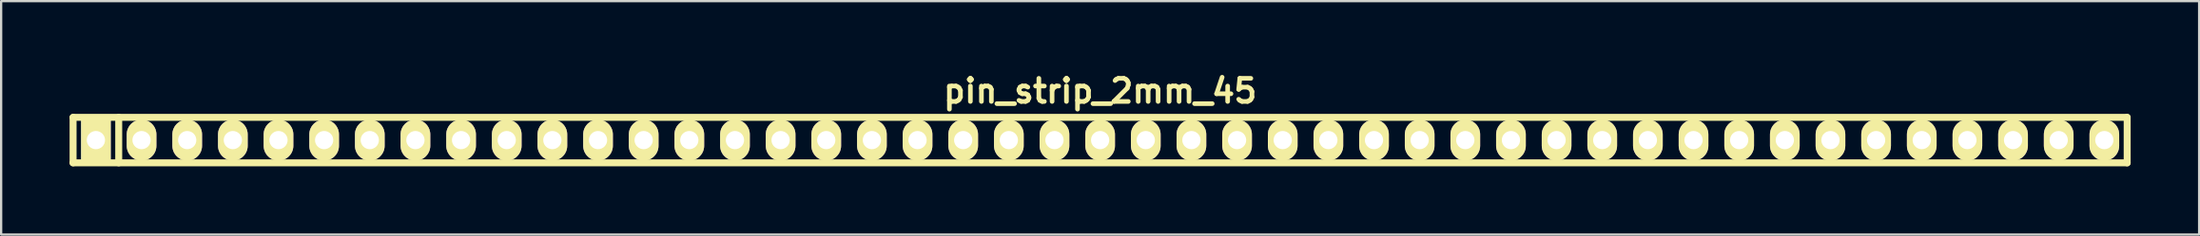
<source format=kicad_pcb>
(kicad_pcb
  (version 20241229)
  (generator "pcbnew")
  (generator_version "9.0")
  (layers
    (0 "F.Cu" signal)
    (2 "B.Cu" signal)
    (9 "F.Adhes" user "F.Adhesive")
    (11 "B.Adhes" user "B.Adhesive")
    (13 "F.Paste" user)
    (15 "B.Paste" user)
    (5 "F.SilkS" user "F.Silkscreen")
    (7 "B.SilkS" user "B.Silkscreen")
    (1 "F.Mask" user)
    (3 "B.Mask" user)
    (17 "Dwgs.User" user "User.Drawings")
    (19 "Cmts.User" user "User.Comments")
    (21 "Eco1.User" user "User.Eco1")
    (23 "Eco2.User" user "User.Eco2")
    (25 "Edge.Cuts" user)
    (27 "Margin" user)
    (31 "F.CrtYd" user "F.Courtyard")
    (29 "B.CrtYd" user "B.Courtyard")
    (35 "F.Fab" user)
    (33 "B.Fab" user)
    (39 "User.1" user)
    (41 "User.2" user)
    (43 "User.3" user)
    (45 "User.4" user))
  (footprint "pin_strip_2mm_45"
    (layer "F.Cu")
    (at 45.152 3.11)
    (property "Reference" "pin_strip_2mm_45" (at 0 -2.159 0) (layer "F.SilkS") (effects (font (size 1.016 1.016) (thickness 0.203))))
    (attr through_hole)
    (fp_line (start -45 -1) (end 45 -1) (stroke (width 0.305) (type solid)) (layer "F.SilkS"))
    (fp_line (start -45 1) (end -45 -1) (stroke (width 0.305) (type solid)) (layer "F.SilkS"))
    (fp_line (start -43 -1) (end -43 1) (stroke (width 0.305) (type solid)) (layer "F.SilkS"))
    (fp_line (start 45 -1) (end 45 1) (stroke (width 0.305) (type solid)) (layer "F.SilkS"))
    (fp_line (start 45 1) (end -45 1) (stroke (width 0.305) (type solid)) (layer "F.SilkS"))
    (pad "1" thru_hole rect (at -44 0) (size 1.3 1.8) (drill 0.8) (layers "*.Cu" "*.Mask" "F.SilkS"))
    (pad "2" thru_hole oval (at -42 0) (size 1.3 1.8) (drill 0.8) (layers "*.Cu" "*.Mask" "F.SilkS"))
    (pad "3" thru_hole oval (at -40 0) (size 1.3 1.8) (drill 0.8) (layers "*.Cu" "*.Mask" "F.SilkS"))
    (pad "4" thru_hole oval (at -38 0) (size 1.3 1.8) (drill 0.8) (layers "*.Cu" "*.Mask" "F.SilkS"))
    (pad "5" thru_hole oval (at -36 0) (size 1.3 1.8) (drill 0.8) (layers "*.Cu" "*.Mask" "F.SilkS"))
    (pad "6" thru_hole oval (at -34 0) (size 1.3 1.8) (drill 0.8) (layers "*.Cu" "*.Mask" "F.SilkS"))
    (pad "7" thru_hole oval (at -32 0) (size 1.3 1.8) (drill 0.8) (layers "*.Cu" "*.Mask" "F.SilkS"))
    (pad "8" thru_hole oval (at -30 0) (size 1.3 1.8) (drill 0.8) (layers "*.Cu" "*.Mask" "F.SilkS"))
    (pad "9" thru_hole oval (at -28 0) (size 1.3 1.8) (drill 0.8) (layers "*.Cu" "*.Mask" "F.SilkS"))
    (pad "10" thru_hole oval (at -26 0) (size 1.3 1.8) (drill 0.8) (layers "*.Cu" "*.Mask" "F.SilkS"))
    (pad "11" thru_hole oval (at -24 0) (size 1.3 1.8) (drill 0.8) (layers "*.Cu" "*.Mask" "F.SilkS"))
    (pad "12" thru_hole oval (at -22 0) (size 1.3 1.8) (drill 0.8) (layers "*.Cu" "*.Mask" "F.SilkS"))
    (pad "13" thru_hole oval (at -20 0) (size 1.3 1.8) (drill 0.8) (layers "*.Cu" "*.Mask" "F.SilkS"))
    (pad "14" thru_hole oval (at -18 0) (size 1.3 1.8) (drill 0.8) (layers "*.Cu" "*.Mask" "F.SilkS"))
    (pad "15" thru_hole oval (at -16 0) (size 1.3 1.8) (drill 0.8) (layers "*.Cu" "*.Mask" "F.SilkS"))
    (pad "16" thru_hole oval (at -14 0) (size 1.3 1.8) (drill 0.8) (layers "*.Cu" "*.Mask" "F.SilkS"))
    (pad "17" thru_hole oval (at -12 0) (size 1.3 1.8) (drill 0.8) (layers "*.Cu" "*.Mask" "F.SilkS"))
    (pad "18" thru_hole oval (at -10 0) (size 1.3 1.8) (drill 0.8) (layers "*.Cu" "*.Mask" "F.SilkS"))
    (pad "19" thru_hole oval (at -8 0) (size 1.3 1.8) (drill 0.8) (layers "*.Cu" "*.Mask" "F.SilkS"))
    (pad "20" thru_hole oval (at -6 0) (size 1.3 1.8) (drill 0.8) (layers "*.Cu" "*.Mask" "F.SilkS"))
    (pad "21" thru_hole oval (at -4 0) (size 1.3 1.8) (drill 0.8) (layers "*.Cu" "*.Mask" "F.SilkS"))
    (pad "22" thru_hole oval (at -2 0) (size 1.3 1.8) (drill 0.8) (layers "*.Cu" "*.Mask" "F.SilkS"))
    (pad "23" thru_hole oval (at 0 0) (size 1.3 1.8) (drill 0.8) (layers "*.Cu" "*.Mask" "F.SilkS"))
    (pad "24" thru_hole oval (at 2 0) (size 1.3 1.8) (drill 0.8) (layers "*.Cu" "*.Mask" "F.SilkS"))
    (pad "25" thru_hole oval (at 4 0) (size 1.3 1.8) (drill 0.8) (layers "*.Cu" "*.Mask" "F.SilkS"))
    (pad "26" thru_hole oval (at 6 0) (size 1.3 1.8) (drill 0.8) (layers "*.Cu" "*.Mask" "F.SilkS"))
    (pad "27" thru_hole oval (at 8 0) (size 1.3 1.8) (drill 0.8) (layers "*.Cu" "*.Mask" "F.SilkS"))
    (pad "28" thru_hole oval (at 10 0) (size 1.3 1.8) (drill 0.8) (layers "*.Cu" "*.Mask" "F.SilkS"))
    (pad "29" thru_hole oval (at 12 0) (size 1.3 1.8) (drill 0.8) (layers "*.Cu" "*.Mask" "F.SilkS"))
    (pad "30" thru_hole oval (at 14 0) (size 1.3 1.8) (drill 0.8) (layers "*.Cu" "*.Mask" "F.SilkS"))
    (pad "31" thru_hole oval (at 16 0) (size 1.3 1.8) (drill 0.8) (layers "*.Cu" "*.Mask" "F.SilkS"))
    (pad "32" thru_hole oval (at 18 0) (size 1.3 1.8) (drill 0.8) (layers "*.Cu" "*.Mask" "F.SilkS"))
    (pad "33" thru_hole oval (at 20 0) (size 1.3 1.8) (drill 0.8) (layers "*.Cu" "*.Mask" "F.SilkS"))
    (pad "34" thru_hole oval (at 22 0) (size 1.3 1.8) (drill 0.8) (layers "*.Cu" "*.Mask" "F.SilkS"))
    (pad "35" thru_hole oval (at 24 0) (size 1.3 1.8) (drill 0.8) (layers "*.Cu" "*.Mask" "F.SilkS"))
    (pad "36" thru_hole oval (at 26 0) (size 1.3 1.8) (drill 0.8) (layers "*.Cu" "*.Mask" "F.SilkS"))
    (pad "37" thru_hole oval (at 28 0) (size 1.3 1.8) (drill 0.8) (layers "*.Cu" "*.Mask" "F.SilkS"))
    (pad "38" thru_hole oval (at 30 0) (size 1.3 1.8) (drill 0.8) (layers "*.Cu" "*.Mask" "F.SilkS"))
    (pad "39" thru_hole oval (at 32 0) (size 1.3 1.8) (drill 0.8) (layers "*.Cu" "*.Mask" "F.SilkS"))
    (pad "40" thru_hole oval (at 34 0) (size 1.3 1.8) (drill 0.8) (layers "*.Cu" "*.Mask" "F.SilkS"))
    (pad "41" thru_hole oval (at 36 0) (size 1.3 1.8) (drill 0.8) (layers "*.Cu" "*.Mask" "F.SilkS"))
    (pad "42" thru_hole oval (at 38 0) (size 1.3 1.8) (drill 0.8) (layers "*.Cu" "*.Mask" "F.SilkS"))
    (pad "43" thru_hole oval (at 40 0) (size 1.3 1.8) (drill 0.8) (layers "*.Cu" "*.Mask" "F.SilkS"))
    (pad "44" thru_hole oval (at 42 0) (size 1.3 1.8) (drill 0.8) (layers "*.Cu" "*.Mask" "F.SilkS"))
    (pad "45" thru_hole oval (at 44 0) (size 1.3 1.8) (drill 0.8) (layers "*.Cu" "*.Mask" "F.SilkS")))
  (gr_rect
    (start -3 -3)
    (end 93.305 7.262)
    (stroke (width 0.1) (type default))
    (fill no)
    (layer "Edge.Cuts")))
</source>
